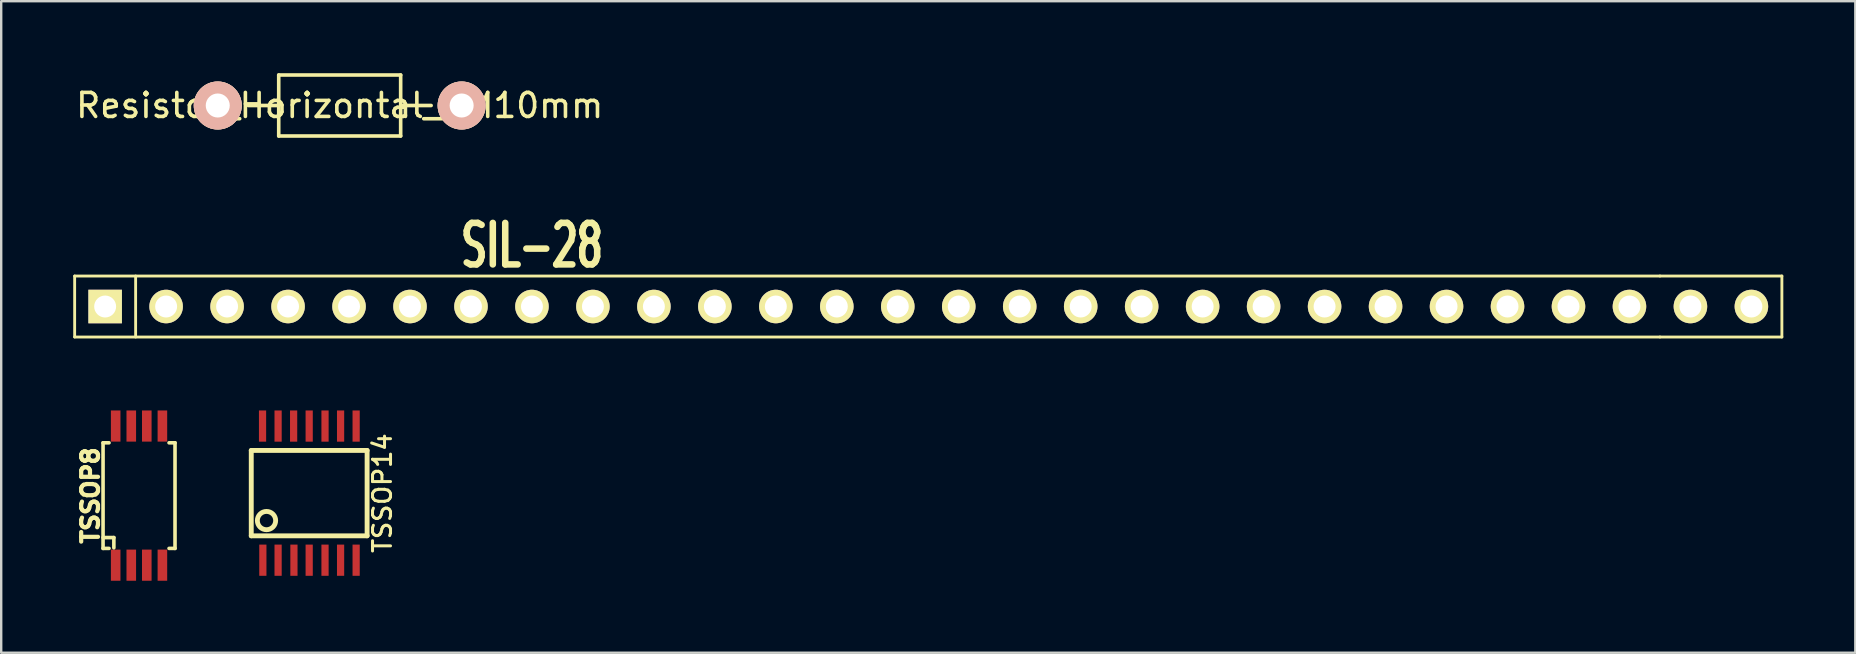
<source format=kicad_pcb>
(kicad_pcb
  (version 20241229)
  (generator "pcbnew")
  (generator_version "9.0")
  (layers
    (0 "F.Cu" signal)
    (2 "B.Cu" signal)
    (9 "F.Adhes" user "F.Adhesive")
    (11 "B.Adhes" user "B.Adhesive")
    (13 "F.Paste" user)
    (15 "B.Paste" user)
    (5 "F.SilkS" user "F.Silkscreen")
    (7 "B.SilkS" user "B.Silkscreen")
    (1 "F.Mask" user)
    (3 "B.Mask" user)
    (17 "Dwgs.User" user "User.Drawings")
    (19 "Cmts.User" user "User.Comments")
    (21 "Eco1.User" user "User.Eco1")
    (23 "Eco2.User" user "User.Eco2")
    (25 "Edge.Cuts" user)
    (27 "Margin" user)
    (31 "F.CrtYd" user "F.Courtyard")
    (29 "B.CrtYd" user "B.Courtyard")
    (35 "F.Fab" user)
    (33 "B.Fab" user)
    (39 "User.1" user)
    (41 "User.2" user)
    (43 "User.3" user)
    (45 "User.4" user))
  (footprint "TSSOP14"
    (layer "F.Cu")
    (at 9.83 17.493)
    (property "Reference" "TSSOP14" (at 3.048 0 90) (layer "F.SilkS") (effects (font (size 0.75 0.75) (thickness 0.125))))
    (attr smd)
    (fp_line (start -2.413 -1.778) (end 2.413 -1.778) (stroke (width 0.203) (type solid)) (layer "F.SilkS"))
    (fp_line (start -2.413 1.778) (end -2.413 -1.778) (stroke (width 0.203) (type solid)) (layer "F.SilkS"))
    (fp_line (start 2.413 -1.778) (end 2.413 1.778) (stroke (width 0.203) (type solid)) (layer "F.SilkS"))
    (fp_line (start 2.413 1.778) (end -2.413 1.778) (stroke (width 0.203) (type solid)) (layer "F.SilkS"))
    (fp_circle (center -1.778 1.143) (end -2.159 1.143) (stroke (width 0.203) (type solid)) (fill no) (layer "F.SilkS"))
    (pad "1" smd rect (at -1.93 2.794) (size 0.3 1.3) (layers "F.Cu" "F.Mask" "F.Paste"))
    (pad "2" smd rect (at -1.295 2.794) (size 0.3 1.3) (layers "F.Cu" "F.Mask" "F.Paste"))
    (pad "3" smd rect (at -0.635 2.794) (size 0.3 1.3) (layers "F.Cu" "F.Mask" "F.Paste"))
    (pad "4" smd rect (at 0 2.794) (size 0.3 1.3) (layers "F.Cu" "F.Mask" "F.Paste"))
    (pad "5" smd rect (at 0.66 2.794) (size 0.3 1.3) (layers "F.Cu" "F.Mask" "F.Paste"))
    (pad "6" smd rect (at 1.308 2.794) (size 0.3 1.3) (layers "F.Cu" "F.Mask" "F.Paste"))
    (pad "7" smd rect (at 1.956 2.794) (size 0.3 1.3) (layers "F.Cu" "F.Mask" "F.Paste"))
    (pad "8" smd rect (at 1.956 -2.794) (size 0.3 1.3) (layers "F.Cu" "F.Mask" "F.Paste"))
    (pad "9" smd rect (at 1.308 -2.794) (size 0.3 1.3) (layers "F.Cu" "F.Mask" "F.Paste"))
    (pad "10" smd rect (at 0.66 -2.794) (size 0.3 1.3) (layers "F.Cu" "F.Mask" "F.Paste"))
    (pad "11" smd rect (at 0 -2.794) (size 0.3 1.3) (layers "F.Cu" "F.Mask" "F.Paste"))
    (pad "12" smd rect (at -0.648 -2.794) (size 0.3 1.3) (layers "F.Cu" "F.Mask" "F.Paste"))
    (pad "13" smd rect (at -1.295 -2.794) (size 0.3 1.3) (layers "F.Cu" "F.Mask" "F.Paste"))
    (pad "14" smd rect (at -1.943 -2.794) (size 0.3 1.3) (layers "F.Cu" "F.Mask" "F.Paste")))
  (footprint "TSSOP8"
    (layer "F.Cu")
    (at 2.742 17.596)
    (property "Reference" "TSSOP8" (at -2.025 0 90) (layer "F.SilkS") (effects (font (size 0.7 0.7) (thickness 0.175))))
    (attr through_hole)
    (fp_line (start -1.499 -2.2) (end -1.499 2.2) (stroke (width 0.15) (type solid)) (layer "F.SilkS"))
    (fp_line (start -1.499 -2.2) (end -1.25 -2.2) (stroke (width 0.15) (type solid)) (layer "F.SilkS"))
    (fp_line (start -1.499 1.748) (end -1.049 1.748) (stroke (width 0.15) (type solid)) (layer "F.SilkS"))
    (fp_line (start -1.499 2.2) (end -1.25 2.2) (stroke (width 0.15) (type solid)) (layer "F.SilkS"))
    (fp_line (start -1.049 1.748) (end -1.049 2.174) (stroke (width 0.15) (type solid)) (layer "F.SilkS"))
    (fp_line (start 1.25 -2.2) (end 1.499 -2.2) (stroke (width 0.15) (type solid)) (layer "F.SilkS"))
    (fp_line (start 1.25 2.2) (end 1.499 2.2) (stroke (width 0.15) (type solid)) (layer "F.SilkS"))
    (fp_line (start 1.499 -2.2) (end 1.499 2.2) (stroke (width 0.15) (type solid)) (layer "F.SilkS"))
    (pad "1" smd rect (at -0.973 2.898 180) (size 0.399 1.298) (layers "F.Cu" "F.Mask" "F.Paste"))
    (pad "2" smd rect (at -0.323 2.898 180) (size 0.399 1.298) (layers "F.Cu" "F.Mask" "F.Paste"))
    (pad "3" smd rect (at 0.323 2.898 180) (size 0.399 1.298) (layers "F.Cu" "F.Mask" "F.Paste"))
    (pad "4" smd rect (at 0.973 2.898 180) (size 0.399 1.298) (layers "F.Cu" "F.Mask" "F.Paste"))
    (pad "5" smd rect (at 0.973 -2.898) (size 0.399 1.298) (layers "F.Cu" "F.Mask" "F.Paste"))
    (pad "6" smd rect (at 0.323 -2.898) (size 0.399 1.298) (layers "F.Cu" "F.Mask" "F.Paste"))
    (pad "7" smd rect (at -0.323 -2.898) (size 0.399 1.298) (layers "F.Cu" "F.Mask" "F.Paste"))
    (pad "8" smd rect (at -0.973 -2.898) (size 0.399 1.298) (layers "F.Cu" "F.Mask" "F.Paste")))
  (footprint "SIL-28"
    (layer "F.Cu")
    (at 33.08 9.719)
    (property "Reference" "SIL-28" (at -13.97 -2.54 0) (layer "F.SilkS") (effects (font (size 1.73 1.087) (thickness 0.272))))
    (attr through_hole)
    (fp_line (start -33.02 -1.27) (end 33.02 -1.27) (stroke (width 0.119) (type solid)) (layer "F.SilkS"))
    (fp_line (start -33.02 1.27) (end -33.02 -1.27) (stroke (width 0.119) (type solid)) (layer "F.SilkS"))
    (fp_line (start -30.48 -1.27) (end -30.48 1.27) (stroke (width 0.119) (type solid)) (layer "F.SilkS"))
    (fp_line (start 33.02 1.27) (end -33.02 1.27) (stroke (width 0.119) (type solid)) (layer "F.SilkS"))
    (fp_line (start 33.02 1.27) (end 38.1 1.27) (stroke (width 0.119) (type solid)) (layer "F.SilkS"))
    (fp_line (start 38.1 -1.27) (end 33.02 -1.27) (stroke (width 0.119) (type solid)) (layer "F.SilkS"))
    (fp_line (start 38.1 -1.27) (end 38.1 1.27) (stroke (width 0.119) (type solid)) (layer "F.SilkS"))
    (pad "1" thru_hole rect (at -31.75 0) (size 1.397 1.397) (drill 0.914) (layers "*.Cu" "*.Mask" "F.SilkS"))
    (pad "2" thru_hole circle (at -29.21 0) (size 1.397 1.397) (drill 0.914) (layers "*.Cu" "*.Mask" "F.SilkS"))
    (pad "3" thru_hole circle (at -26.67 0) (size 1.397 1.397) (drill 0.914) (layers "*.Cu" "*.Mask" "F.SilkS"))
    (pad "4" thru_hole circle (at -24.13 0) (size 1.397 1.397) (drill 0.914) (layers "*.Cu" "*.Mask" "F.SilkS"))
    (pad "5" thru_hole circle (at -21.59 0) (size 1.397 1.397) (drill 0.914) (layers "*.Cu" "*.Mask" "F.SilkS"))
    (pad "6" thru_hole circle (at -19.05 0) (size 1.397 1.397) (drill 0.914) (layers "*.Cu" "*.Mask" "F.SilkS"))
    (pad "7" thru_hole circle (at -16.51 0) (size 1.397 1.397) (drill 0.914) (layers "*.Cu" "*.Mask" "F.SilkS"))
    (pad "8" thru_hole circle (at -13.97 0) (size 1.397 1.397) (drill 0.914) (layers "*.Cu" "*.Mask" "F.SilkS"))
    (pad "9" thru_hole circle (at -11.43 0) (size 1.397 1.397) (drill 0.914) (layers "*.Cu" "*.Mask" "F.SilkS"))
    (pad "10" thru_hole circle (at -8.89 0) (size 1.397 1.397) (drill 0.914) (layers "*.Cu" "*.Mask" "F.SilkS"))
    (pad "11" thru_hole circle (at -6.35 0) (size 1.397 1.397) (drill 0.914) (layers "*.Cu" "*.Mask" "F.SilkS"))
    (pad "12" thru_hole circle (at -3.81 0) (size 1.397 1.397) (drill 0.914) (layers "*.Cu" "*.Mask" "F.SilkS"))
    (pad "13" thru_hole circle (at -1.27 0) (size 1.397 1.397) (drill 0.914) (layers "*.Cu" "*.Mask" "F.SilkS"))
    (pad "14" thru_hole circle (at 1.27 0) (size 1.397 1.397) (drill 0.914) (layers "*.Cu" "*.Mask" "F.SilkS"))
    (pad "15" thru_hole circle (at 3.81 0) (size 1.397 1.397) (drill 0.914) (layers "*.Cu" "*.Mask" "F.SilkS"))
    (pad "16" thru_hole circle (at 6.35 0) (size 1.397 1.397) (drill 0.914) (layers "*.Cu" "*.Mask" "F.SilkS"))
    (pad "17" thru_hole circle (at 8.89 0) (size 1.397 1.397) (drill 0.914) (layers "*.Cu" "*.Mask" "F.SilkS"))
    (pad "18" thru_hole circle (at 11.43 0) (size 1.397 1.397) (drill 0.914) (layers "*.Cu" "*.Mask" "F.SilkS"))
    (pad "19" thru_hole circle (at 13.97 0) (size 1.397 1.397) (drill 0.914) (layers "*.Cu" "*.Mask" "F.SilkS"))
    (pad "20" thru_hole circle (at 16.51 0) (size 1.397 1.397) (drill 0.914) (layers "*.Cu" "*.Mask" "F.SilkS"))
    (pad "21" thru_hole circle (at 19.05 0) (size 1.397 1.397) (drill 0.914) (layers "*.Cu" "*.Mask" "F.SilkS"))
    (pad "22" thru_hole circle (at 21.59 0) (size 1.397 1.397) (drill 0.914) (layers "*.Cu" "*.Mask" "F.SilkS"))
    (pad "23" thru_hole circle (at 24.13 0) (size 1.397 1.397) (drill 0.914) (layers "*.Cu" "*.Mask" "F.SilkS"))
    (pad "24" thru_hole circle (at 26.67 0) (size 1.397 1.397) (drill 0.914) (layers "*.Cu" "*.Mask" "F.SilkS"))
    (pad "25" thru_hole circle (at 29.21 0) (size 1.397 1.397) (drill 0.914) (layers "*.Cu" "*.Mask" "F.SilkS"))
    (pad "26" thru_hole circle (at 31.75 0) (size 1.397 1.397) (drill 0.914) (layers "*.Cu" "*.Mask" "F.SilkS"))
    (pad "27" thru_hole circle (at 34.29 0) (size 1.397 1.397) (drill 0.914) (layers "*.Cu" "*.Mask" "F.SilkS"))
    (pad "28" thru_hole circle (at 36.83 0) (size 1.397 1.397) (drill 0.914) (layers "*.Cu" "*.Mask" "F.SilkS")))
  (footprint "Resistor_Horizontal_RM10mm"
    (layer "F.Cu")
    (at 11.101 1.345)
    (property "Reference" "Resistor_Horizontal_RM10mm" (at 0 0 0) (layer "F.SilkS") (effects (font (size 1 1) (thickness 0.15))))
    (attr through_hole)
    (fp_line (start -2.54 -1.27) (end 2.54 -1.27) (stroke (width 0.15) (type solid)) (layer "F.SilkS"))
    (fp_line (start -2.54 0) (end -3.81 0) (stroke (width 0.15) (type solid)) (layer "F.SilkS"))
    (fp_line (start -2.54 1.27) (end -2.54 -1.27) (stroke (width 0.15) (type solid)) (layer "F.SilkS"))
    (fp_line (start 2.54 -1.27) (end 2.54 1.27) (stroke (width 0.15) (type solid)) (layer "F.SilkS"))
    (fp_line (start 2.54 0) (end 3.81 0) (stroke (width 0.15) (type solid)) (layer "F.SilkS"))
    (fp_line (start 2.54 1.27) (end -2.54 1.27) (stroke (width 0.15) (type solid)) (layer "F.SilkS"))
    (pad "1" thru_hole circle (at -5.08 0) (size 1.999 1.999) (drill 1.001) (layers "*.Cu" "*.SilkS" "*.Mask"))
    (pad "2" thru_hole circle (at 5.08 0) (size 1.999 1.999) (drill 1.001) (layers "*.Cu" "*.SilkS" "*.Mask")))
  (gr_rect
    (start -3 -3)
    (end 74.239 24.143)
    (stroke (width 0.1) (type default))
    (fill no)
    (layer "Edge.Cuts")))
</source>
